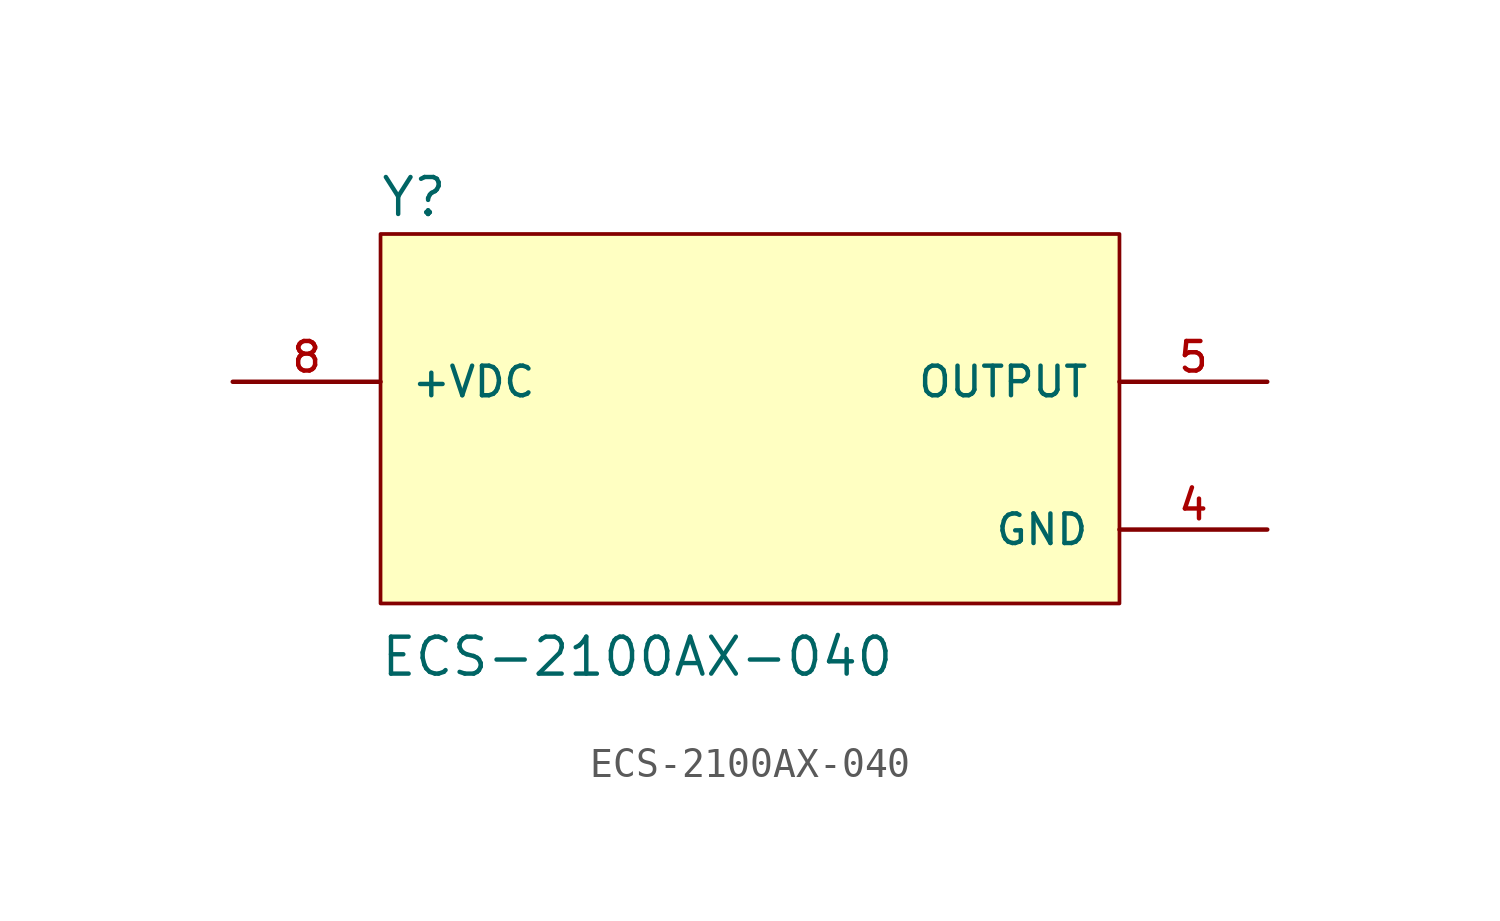
<source format=kicad_sym>
(kicad_symbol_lib
  (version 20211014)
  (generator kicad_symbol_editor)
  (symbol "ECS-2100AX-040"
    (pin_names
      (offset 1.016))
    (property "Reference" "Y"
      (at -12.738 5.605 0)
      (effects (font (size 1.27 1.27)) (justify bottom left)))
    (property "Value" "ECS-2100AX-040"
      (at -12.743 -10.195 0)
      (effects (font (size 1.27 1.27)) (justify bottom left)))
    (symbol "ECS-2100AX-040_0_0"
      (rectangle (start -12.7 -7.62) (end 12.7 5.08) (stroke (width 0.127)) (fill (type background)))
      (pin input line (at -17.78 0.0 0) (length 5.08) (name "+VDC" (effects (font (size 1.016 1.016)))) (number "8" (effects (font (size 1.016 1.016)))))
      (pin output line (at 17.78 0.0 180.0) (length 5.08) (name "OUTPUT" (effects (font (size 1.016 1.016)))) (number "5" (effects (font (size 1.016 1.016)))))
      (pin power_in line (at 17.78 -5.08 180.0) (length 5.08) (name "GND" (effects (font (size 1.016 1.016)))) (number "4" (effects (font (size 1.016 1.016))))))))
</source>
